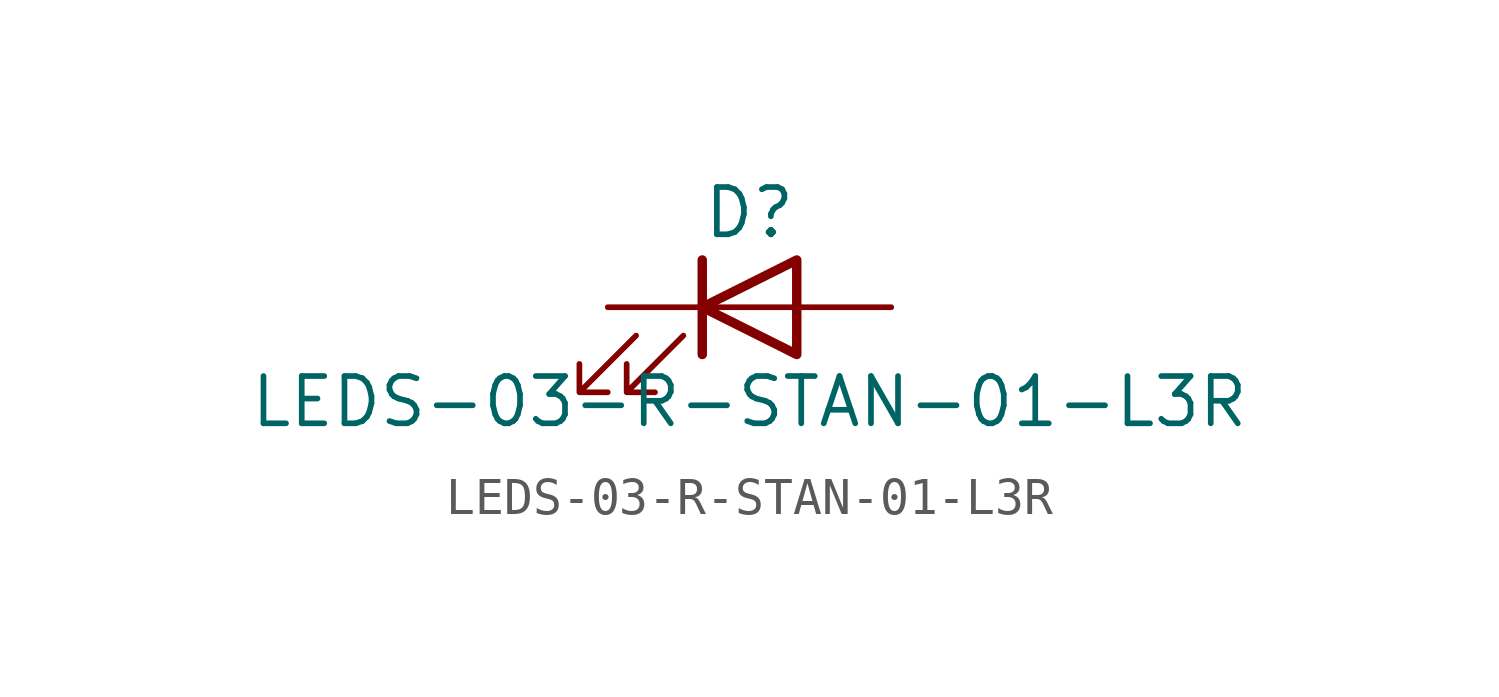
<source format=kicad_sym>
(kicad_symbol_lib
  (version 20211014)
  (generator kicad_symbol_editor)
  (symbol "LEDS-03-R-STAN-01-L3R"
    (pin_numbers hide)
    (pin_names
      (offset 1.016) hide)
    (property "Reference" "D"
      (at 0 2.54 0)
      (effects (font (size 1.27 1.27))))
    (property "Value" "LEDS-03-R-STAN-01-L3R"
      (at 0 -2.54 0)
      (effects (font (size 1.27 1.27))))
    (symbol "LEDS-03-R-STAN-01-L3R_0_1"
      (polyline (pts (xy -1.27 -1.27) (xy -1.27 1.27)) (stroke (width 0.254) (type default) (color 0 0 0 0)) (fill (type none)))
      (polyline (pts (xy -1.27 0) (xy 1.27 0)) (stroke (width 0) (type default) (color 0 0 0 0)) (fill (type none)))
      (polyline (pts (xy 1.27 -1.27) (xy 1.27 1.27) (xy -1.27 0) (xy 1.27 -1.27)) (stroke (width 0.254) (type default) (color 0 0 0 0)) (fill (type none)))
      (polyline (pts (xy -3.048 -0.762) (xy -4.572 -2.286) (xy -3.81 -2.286) (xy -4.572 -2.286) (xy -4.572 -1.524)) (stroke (width 0) (type default) (color 0 0 0 0)) (fill (type none)))
      (polyline (pts (xy -1.778 -0.762) (xy -3.302 -2.286) (xy -2.54 -2.286) (xy -3.302 -2.286) (xy -3.302 -1.524)) (stroke (width 0) (type default) (color 0 0 0 0)) (fill (type none))))
    (symbol "LEDS-03-R-STAN-01-L3R_1_1"
      (pin passive line (at -3.81 0 0) (length 2.54) (name "K" (effects (font (size 1.27 1.27)))) (number "1" (effects (font (size 1.27 1.27)))))
      (pin passive line (at 3.81 0 180) (length 2.54) (name "A" (effects (font (size 1.27 1.27)))) (number "2" (effects (font (size 1.27 1.27))))))))
</source>
